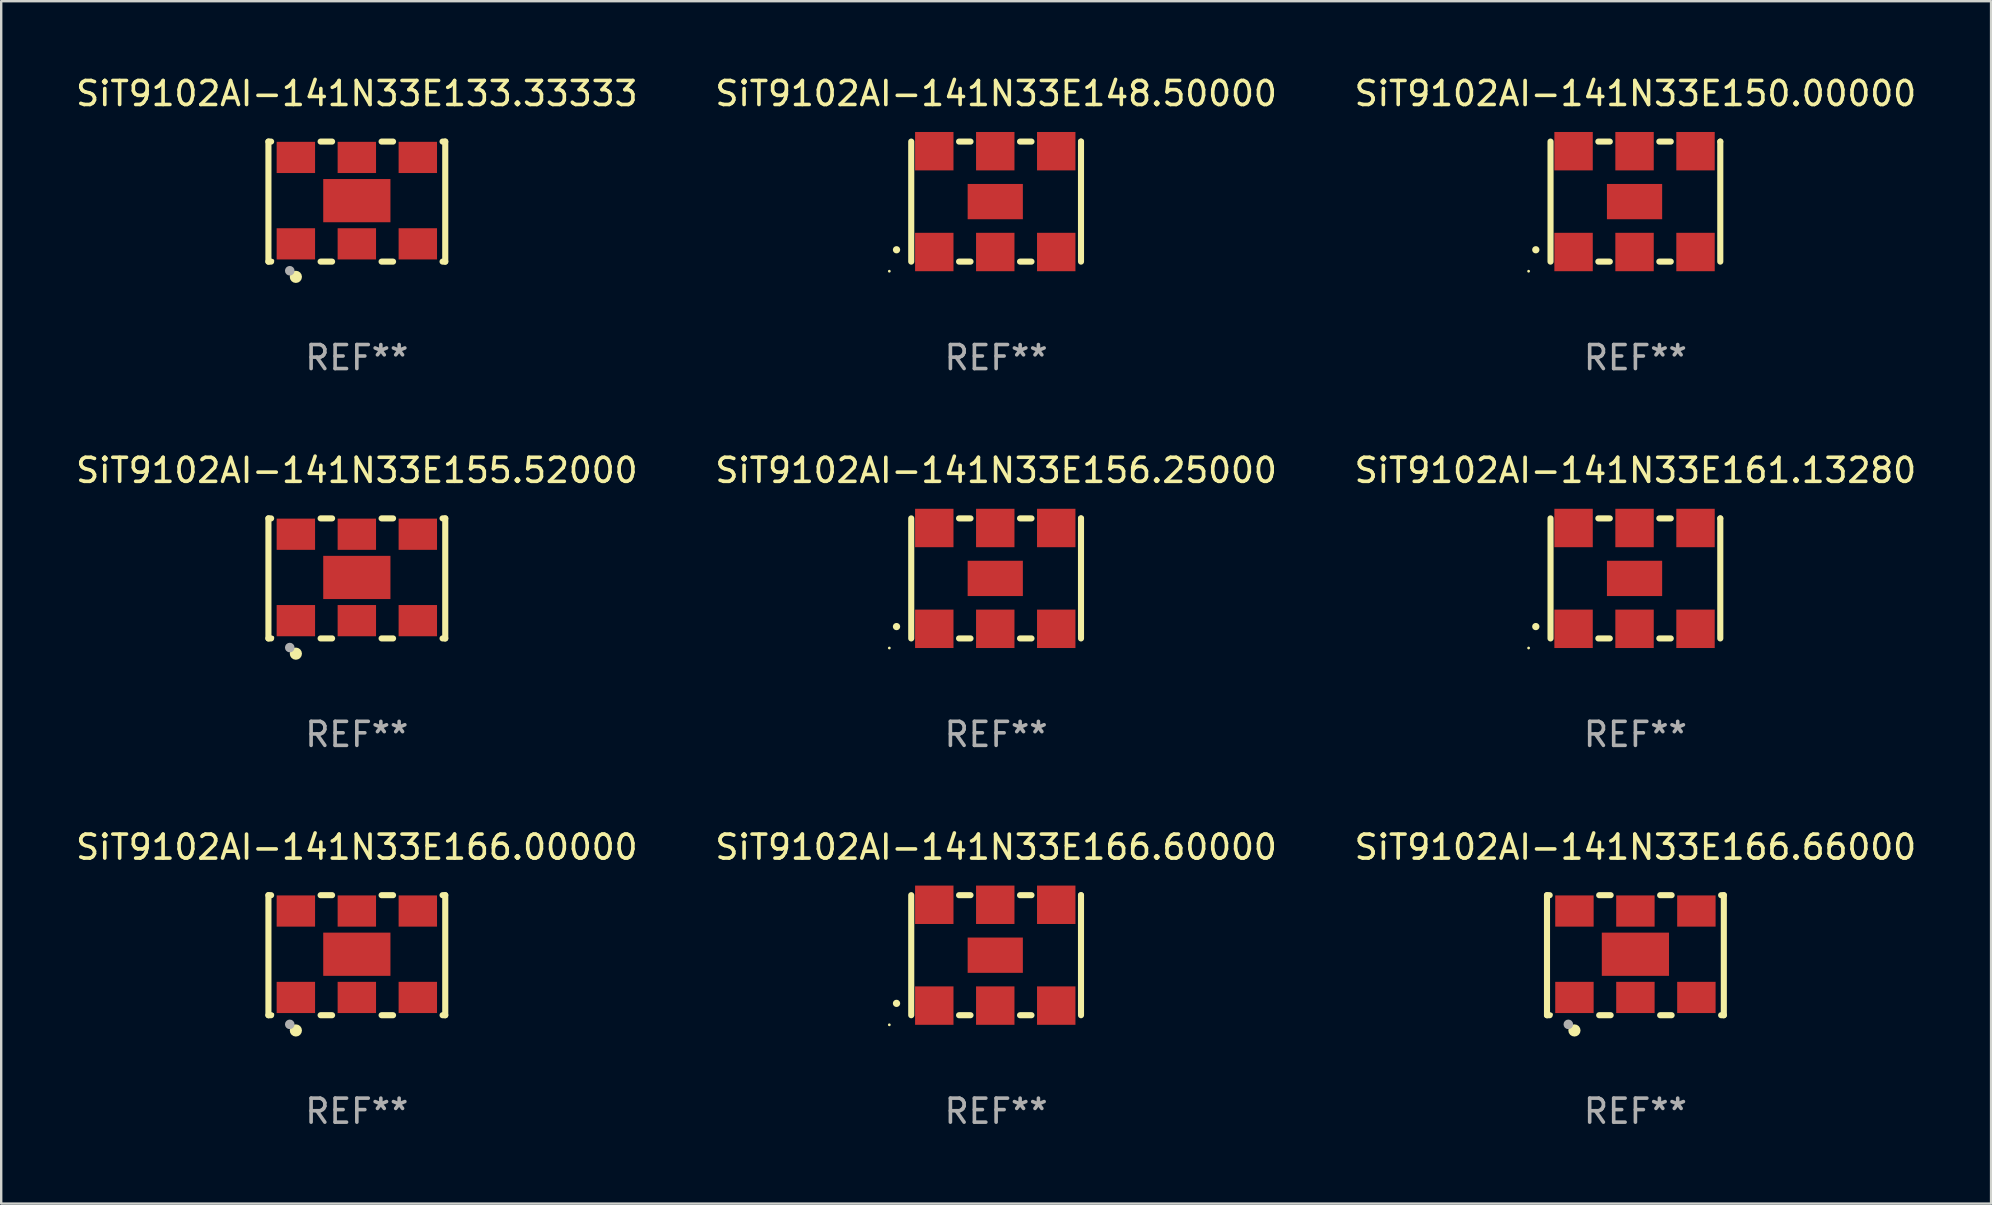
<source format=kicad_pcb>
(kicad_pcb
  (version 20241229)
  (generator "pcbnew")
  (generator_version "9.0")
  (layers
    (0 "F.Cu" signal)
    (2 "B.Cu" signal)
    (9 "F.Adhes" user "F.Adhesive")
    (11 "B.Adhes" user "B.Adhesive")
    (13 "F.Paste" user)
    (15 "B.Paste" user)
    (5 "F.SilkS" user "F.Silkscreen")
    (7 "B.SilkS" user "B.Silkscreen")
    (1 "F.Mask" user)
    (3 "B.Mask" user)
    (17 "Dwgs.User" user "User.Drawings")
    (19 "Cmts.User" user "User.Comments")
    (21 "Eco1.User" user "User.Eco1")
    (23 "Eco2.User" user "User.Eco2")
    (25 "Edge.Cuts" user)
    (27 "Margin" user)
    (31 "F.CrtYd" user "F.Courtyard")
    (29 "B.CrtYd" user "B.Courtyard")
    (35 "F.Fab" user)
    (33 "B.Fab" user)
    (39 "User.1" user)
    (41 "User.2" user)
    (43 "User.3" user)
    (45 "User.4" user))
  (footprint "SiT9102AI-141N33E155.52000"
    (layer "F.Cu")
    (at 11.815 21.045)
    (property "Reference" "SiT9102AI-141N33E155.52000" (at 0 -4.5 0) (layer "F.SilkS") (effects (font (size 1 1) (thickness 0.15))))
    (attr through_hole)
    (fp_line (start -3.683 -2.5) (end -3.571 -2.5) (stroke (width 0.254) (type solid)) (layer "F.SilkS"))
    (fp_line (start -3.683 2.5) (end -3.683 -2.5) (stroke (width 0.254) (type solid)) (layer "F.SilkS"))
    (fp_line (start -3.683 2.5) (end -3.571 2.5) (stroke (width 0.254) (type solid)) (layer "F.SilkS"))
    (fp_line (start -1.509 -2.5) (end -1.031 -2.5) (stroke (width 0.254) (type solid)) (layer "F.SilkS"))
    (fp_line (start -1.509 2.5) (end -1.031 2.5) (stroke (width 0.254) (type solid)) (layer "F.SilkS"))
    (fp_line (start 1.031 -2.5) (end 1.509 -2.5) (stroke (width 0.254) (type solid)) (layer "F.SilkS"))
    (fp_line (start 1.031 2.5) (end 1.509 2.5) (stroke (width 0.254) (type solid)) (layer "F.SilkS"))
    (fp_line (start 3.571 -2.5) (end 3.683 -2.5) (stroke (width 0.254) (type solid)) (layer "F.SilkS"))
    (fp_line (start 3.571 2.5) (end 3.683 2.5) (stroke (width 0.254) (type solid)) (layer "F.SilkS"))
    (fp_line (start 3.683 2.5) (end 3.683 -2.5) (stroke (width 0.254) (type solid)) (layer "F.SilkS"))
    (fp_circle (center -3.5 2.46) (end -3.47 2.46) (stroke (width 0.06) (type solid)) (fill no) (layer "F.SilkS"))
    (fp_circle (center -2.54 3.135) (end -2.413 3.135) (stroke (width 0.254) (type solid)) (fill no) (layer "F.SilkS"))
    (fp_circle (center -2.794 2.881) (end -2.694 2.881) (stroke (width 0.2) (type solid)) (fill no) (layer "F.Fab"))
    (fp_text user "REF**" (at 0 6.5 0) (layer "F.Fab") (effects (font (size 1 1) (thickness 0.15))))
    (pad "1" smd rect (at -2.54 1.76) (size 1.6 1.3) (layers "F.Cu" "F.Mask" "F.Paste"))
    (pad "2" smd rect (at 0 1.76) (size 1.6 1.3) (layers "F.Cu" "F.Mask" "F.Paste"))
    (pad "3" smd rect (at 2.54 1.76) (size 1.6 1.3) (layers "F.Cu" "F.Mask" "F.Paste"))
    (pad "4" smd rect (at 2.54 -1.84) (size 1.6 1.3) (layers "F.Cu" "F.Mask" "F.Paste"))
    (pad "5" smd rect (at 0 -1.84) (size 1.6 1.3) (layers "F.Cu" "F.Mask" "F.Paste"))
    (pad "6" smd rect (at -2.54 -1.84) (size 1.6 1.3) (layers "F.Cu" "F.Mask" "F.Paste"))
    (pad "7" smd rect (at 0 -0.04) (size 2.8 1.8) (layers "F.Cu" "F.Mask" "F.Paste")))
  (footprint "SiT9102AI-141N33E161.13280"
    (layer "F.Cu")
    (at 65.077 21.045)
    (property "Reference" "SiT9102AI-141N33E161.13280" (at 0 -4.5 0) (layer "F.SilkS") (effects (font (size 1 1) (thickness 0.15))))
    (attr through_hole)
    (fp_line (start -3.536 -2.5) (end -3.536 2.5) (stroke (width 0.254) (type solid)) (layer "F.SilkS"))
    (fp_line (start -1.544 2.5) (end -1.067 2.5) (stroke (width 0.254) (type solid)) (layer "F.SilkS"))
    (fp_line (start -1.067 -2.5) (end -1.544 -2.5) (stroke (width 0.254) (type solid)) (layer "F.SilkS"))
    (fp_line (start 0.996 2.5) (end 1.473 2.5) (stroke (width 0.254) (type solid)) (layer "F.SilkS"))
    (fp_line (start 1.473 -2.5) (end 0.996 -2.5) (stroke (width 0.254) (type solid)) (layer "F.SilkS"))
    (fp_line (start 3.536 -2.5) (end 3.536 -2.5) (stroke (width 0.254) (type solid)) (layer "F.SilkS"))
    (fp_line (start 3.536 2.5) (end 3.536 -2.5) (stroke (width 0.254) (type solid)) (layer "F.SilkS"))
    (fp_arc (start -4.150432 2.006604) (mid -4.149162 2.006599) (end -4.147892 2.006604) (stroke (width 0.3) (type solid)) (layer "F.SilkS"))
    (fp_circle (center -4.449 2.9) (end -4.419 2.9) (stroke (width 0.06) (type solid)) (fill no) (layer "F.SilkS"))
    (fp_text user "REF**" (at 0 6.5 0) (layer "F.Fab") (effects (font (size 1 1) (thickness 0.15))))
    (pad "1" smd rect (at -2.576 2.1) (size 1.6 1.6) (layers "F.Cu" "F.Mask" "F.Paste"))
    (pad "2" smd rect (at -0.036 2.1) (size 1.6 1.6) (layers "F.Cu" "F.Mask" "F.Paste"))
    (pad "3" smd rect (at 2.504 2.1) (size 1.6 1.6) (layers "F.Cu" "F.Mask" "F.Paste"))
    (pad "4" smd rect (at 2.504 -2.1) (size 1.6 1.6) (layers "F.Cu" "F.Mask" "F.Paste"))
    (pad "5" smd rect (at -0.036 -2.1) (size 1.6 1.6) (layers "F.Cu" "F.Mask" "F.Paste"))
    (pad "6" smd rect (at -2.576 -2.1) (size 1.6 1.6) (layers "F.Cu" "F.Mask" "F.Paste"))
    (pad "7" smd rect (at -0.036 0) (size 2.3 1.47) (layers "F.Cu" "F.Mask" "F.Paste")))
  (footprint "SiT9102AI-141N33E156.25000"
    (layer "F.Cu")
    (at 38.446 21.045)
    (property "Reference" "SiT9102AI-141N33E156.25000" (at 0 -4.5 0) (layer "F.SilkS") (effects (font (size 1 1) (thickness 0.15))))
    (attr through_hole)
    (fp_line (start -3.536 -2.5) (end -3.536 2.5) (stroke (width 0.254) (type solid)) (layer "F.SilkS"))
    (fp_line (start -1.544 2.5) (end -1.067 2.5) (stroke (width 0.254) (type solid)) (layer "F.SilkS"))
    (fp_line (start -1.067 -2.5) (end -1.544 -2.5) (stroke (width 0.254) (type solid)) (layer "F.SilkS"))
    (fp_line (start 0.996 2.5) (end 1.473 2.5) (stroke (width 0.254) (type solid)) (layer "F.SilkS"))
    (fp_line (start 1.473 -2.5) (end 0.996 -2.5) (stroke (width 0.254) (type solid)) (layer "F.SilkS"))
    (fp_line (start 3.536 -2.5) (end 3.536 -2.5) (stroke (width 0.254) (type solid)) (layer "F.SilkS"))
    (fp_line (start 3.536 2.5) (end 3.536 -2.5) (stroke (width 0.254) (type solid)) (layer "F.SilkS"))
    (fp_arc (start -4.150432 2.006604) (mid -4.149162 2.006599) (end -4.147892 2.006604) (stroke (width 0.3) (type solid)) (layer "F.SilkS"))
    (fp_circle (center -4.449 2.9) (end -4.419 2.9) (stroke (width 0.06) (type solid)) (fill no) (layer "F.SilkS"))
    (fp_text user "REF**" (at 0 6.5 0) (layer "F.Fab") (effects (font (size 1 1) (thickness 0.15))))
    (pad "1" smd rect (at -2.576 2.1) (size 1.6 1.6) (layers "F.Cu" "F.Mask" "F.Paste"))
    (pad "2" smd rect (at -0.036 2.1) (size 1.6 1.6) (layers "F.Cu" "F.Mask" "F.Paste"))
    (pad "3" smd rect (at 2.504 2.1) (size 1.6 1.6) (layers "F.Cu" "F.Mask" "F.Paste"))
    (pad "4" smd rect (at 2.504 -2.1) (size 1.6 1.6) (layers "F.Cu" "F.Mask" "F.Paste"))
    (pad "5" smd rect (at -0.036 -2.1) (size 1.6 1.6) (layers "F.Cu" "F.Mask" "F.Paste"))
    (pad "6" smd rect (at -2.576 -2.1) (size 1.6 1.6) (layers "F.Cu" "F.Mask" "F.Paste"))
    (pad "7" smd rect (at -0.036 0) (size 2.3 1.47) (layers "F.Cu" "F.Mask" "F.Paste")))
  (footprint "SiT9102AI-141N33E150.00000"
    (layer "F.Cu")
    (at 65.077 5.348)
    (property "Reference" "SiT9102AI-141N33E150.00000" (at 0 -4.5 0) (layer "F.SilkS") (effects (font (size 1 1) (thickness 0.15))))
    (attr through_hole)
    (fp_line (start -3.536 -2.5) (end -3.536 2.5) (stroke (width 0.254) (type solid)) (layer "F.SilkS"))
    (fp_line (start -1.544 2.5) (end -1.067 2.5) (stroke (width 0.254) (type solid)) (layer "F.SilkS"))
    (fp_line (start -1.067 -2.5) (end -1.544 -2.5) (stroke (width 0.254) (type solid)) (layer "F.SilkS"))
    (fp_line (start 0.996 2.5) (end 1.473 2.5) (stroke (width 0.254) (type solid)) (layer "F.SilkS"))
    (fp_line (start 1.473 -2.5) (end 0.996 -2.5) (stroke (width 0.254) (type solid)) (layer "F.SilkS"))
    (fp_line (start 3.536 -2.5) (end 3.536 -2.5) (stroke (width 0.254) (type solid)) (layer "F.SilkS"))
    (fp_line (start 3.536 2.5) (end 3.536 -2.5) (stroke (width 0.254) (type solid)) (layer "F.SilkS"))
    (fp_arc (start -4.150432 2.006604) (mid -4.149162 2.006599) (end -4.147892 2.006604) (stroke (width 0.3) (type solid)) (layer "F.SilkS"))
    (fp_circle (center -4.449 2.9) (end -4.419 2.9) (stroke (width 0.06) (type solid)) (fill no) (layer "F.SilkS"))
    (fp_text user "REF**" (at 0 6.5 0) (layer "F.Fab") (effects (font (size 1 1) (thickness 0.15))))
    (pad "1" smd rect (at -2.576 2.1) (size 1.6 1.6) (layers "F.Cu" "F.Mask" "F.Paste"))
    (pad "2" smd rect (at -0.036 2.1) (size 1.6 1.6) (layers "F.Cu" "F.Mask" "F.Paste"))
    (pad "3" smd rect (at 2.504 2.1) (size 1.6 1.6) (layers "F.Cu" "F.Mask" "F.Paste"))
    (pad "4" smd rect (at 2.504 -2.1) (size 1.6 1.6) (layers "F.Cu" "F.Mask" "F.Paste"))
    (pad "5" smd rect (at -0.036 -2.1) (size 1.6 1.6) (layers "F.Cu" "F.Mask" "F.Paste"))
    (pad "6" smd rect (at -2.576 -2.1) (size 1.6 1.6) (layers "F.Cu" "F.Mask" "F.Paste"))
    (pad "7" smd rect (at -0.036 0) (size 2.3 1.47) (layers "F.Cu" "F.Mask" "F.Paste")))
  (footprint "SiT9102AI-141N33E148.50000"
    (layer "F.Cu")
    (at 38.446 5.348)
    (property "Reference" "SiT9102AI-141N33E148.50000" (at 0 -4.5 0) (layer "F.SilkS") (effects (font (size 1 1) (thickness 0.15))))
    (attr through_hole)
    (fp_line (start -3.536 -2.5) (end -3.536 2.5) (stroke (width 0.254) (type solid)) (layer "F.SilkS"))
    (fp_line (start -1.544 2.5) (end -1.067 2.5) (stroke (width 0.254) (type solid)) (layer "F.SilkS"))
    (fp_line (start -1.067 -2.5) (end -1.544 -2.5) (stroke (width 0.254) (type solid)) (layer "F.SilkS"))
    (fp_line (start 0.996 2.5) (end 1.473 2.5) (stroke (width 0.254) (type solid)) (layer "F.SilkS"))
    (fp_line (start 1.473 -2.5) (end 0.996 -2.5) (stroke (width 0.254) (type solid)) (layer "F.SilkS"))
    (fp_line (start 3.536 -2.5) (end 3.536 -2.5) (stroke (width 0.254) (type solid)) (layer "F.SilkS"))
    (fp_line (start 3.536 2.5) (end 3.536 -2.5) (stroke (width 0.254) (type solid)) (layer "F.SilkS"))
    (fp_arc (start -4.150432 2.006604) (mid -4.149162 2.006599) (end -4.147892 2.006604) (stroke (width 0.3) (type solid)) (layer "F.SilkS"))
    (fp_circle (center -4.449 2.9) (end -4.419 2.9) (stroke (width 0.06) (type solid)) (fill no) (layer "F.SilkS"))
    (fp_text user "REF**" (at 0 6.5 0) (layer "F.Fab") (effects (font (size 1 1) (thickness 0.15))))
    (pad "1" smd rect (at -2.576 2.1) (size 1.6 1.6) (layers "F.Cu" "F.Mask" "F.Paste"))
    (pad "2" smd rect (at -0.036 2.1) (size 1.6 1.6) (layers "F.Cu" "F.Mask" "F.Paste"))
    (pad "3" smd rect (at 2.504 2.1) (size 1.6 1.6) (layers "F.Cu" "F.Mask" "F.Paste"))
    (pad "4" smd rect (at 2.504 -2.1) (size 1.6 1.6) (layers "F.Cu" "F.Mask" "F.Paste"))
    (pad "5" smd rect (at -0.036 -2.1) (size 1.6 1.6) (layers "F.Cu" "F.Mask" "F.Paste"))
    (pad "6" smd rect (at -2.576 -2.1) (size 1.6 1.6) (layers "F.Cu" "F.Mask" "F.Paste"))
    (pad "7" smd rect (at -0.036 0) (size 2.3 1.47) (layers "F.Cu" "F.Mask" "F.Paste")))
  (footprint "SiT9102AI-141N33E166.66000"
    (layer "F.Cu")
    (at 65.077 36.741)
    (property "Reference" "SiT9102AI-141N33E166.66000" (at 0 -4.5 0) (layer "F.SilkS") (effects (font (size 1 1) (thickness 0.15))))
    (attr through_hole)
    (fp_line (start -3.683 -2.5) (end -3.571 -2.5) (stroke (width 0.254) (type solid)) (layer "F.SilkS"))
    (fp_line (start -3.683 2.5) (end -3.683 -2.5) (stroke (width 0.254) (type solid)) (layer "F.SilkS"))
    (fp_line (start -3.683 2.5) (end -3.571 2.5) (stroke (width 0.254) (type solid)) (layer "F.SilkS"))
    (fp_line (start -1.509 -2.5) (end -1.031 -2.5) (stroke (width 0.254) (type solid)) (layer "F.SilkS"))
    (fp_line (start -1.509 2.5) (end -1.031 2.5) (stroke (width 0.254) (type solid)) (layer "F.SilkS"))
    (fp_line (start 1.031 -2.5) (end 1.509 -2.5) (stroke (width 0.254) (type solid)) (layer "F.SilkS"))
    (fp_line (start 1.031 2.5) (end 1.509 2.5) (stroke (width 0.254) (type solid)) (layer "F.SilkS"))
    (fp_line (start 3.571 -2.5) (end 3.683 -2.5) (stroke (width 0.254) (type solid)) (layer "F.SilkS"))
    (fp_line (start 3.571 2.5) (end 3.683 2.5) (stroke (width 0.254) (type solid)) (layer "F.SilkS"))
    (fp_line (start 3.683 2.5) (end 3.683 -2.5) (stroke (width 0.254) (type solid)) (layer "F.SilkS"))
    (fp_circle (center -3.5 2.46) (end -3.47 2.46) (stroke (width 0.06) (type solid)) (fill no) (layer "F.SilkS"))
    (fp_circle (center -2.54 3.135) (end -2.413 3.135) (stroke (width 0.254) (type solid)) (fill no) (layer "F.SilkS"))
    (fp_circle (center -2.794 2.881) (end -2.694 2.881) (stroke (width 0.2) (type solid)) (fill no) (layer "F.Fab"))
    (fp_text user "REF**" (at 0 6.5 0) (layer "F.Fab") (effects (font (size 1 1) (thickness 0.15))))
    (pad "1" smd rect (at -2.54 1.76) (size 1.6 1.3) (layers "F.Cu" "F.Mask" "F.Paste"))
    (pad "2" smd rect (at 0 1.76) (size 1.6 1.3) (layers "F.Cu" "F.Mask" "F.Paste"))
    (pad "3" smd rect (at 2.54 1.76) (size 1.6 1.3) (layers "F.Cu" "F.Mask" "F.Paste"))
    (pad "4" smd rect (at 2.54 -1.84) (size 1.6 1.3) (layers "F.Cu" "F.Mask" "F.Paste"))
    (pad "5" smd rect (at 0 -1.84) (size 1.6 1.3) (layers "F.Cu" "F.Mask" "F.Paste"))
    (pad "6" smd rect (at -2.54 -1.84) (size 1.6 1.3) (layers "F.Cu" "F.Mask" "F.Paste"))
    (pad "7" smd rect (at 0 -0.04) (size 2.8 1.8) (layers "F.Cu" "F.Mask" "F.Paste")))
  (footprint "SiT9102AI-141N33E133.33333"
    (layer "F.Cu")
    (at 11.815 5.348)
    (property "Reference" "SiT9102AI-141N33E133.33333" (at 0 -4.5 0) (layer "F.SilkS") (effects (font (size 1 1) (thickness 0.15))))
    (attr through_hole)
    (fp_line (start -3.683 -2.5) (end -3.571 -2.5) (stroke (width 0.254) (type solid)) (layer "F.SilkS"))
    (fp_line (start -3.683 2.5) (end -3.683 -2.5) (stroke (width 0.254) (type solid)) (layer "F.SilkS"))
    (fp_line (start -3.683 2.5) (end -3.571 2.5) (stroke (width 0.254) (type solid)) (layer "F.SilkS"))
    (fp_line (start -1.509 -2.5) (end -1.031 -2.5) (stroke (width 0.254) (type solid)) (layer "F.SilkS"))
    (fp_line (start -1.509 2.5) (end -1.031 2.5) (stroke (width 0.254) (type solid)) (layer "F.SilkS"))
    (fp_line (start 1.031 -2.5) (end 1.509 -2.5) (stroke (width 0.254) (type solid)) (layer "F.SilkS"))
    (fp_line (start 1.031 2.5) (end 1.509 2.5) (stroke (width 0.254) (type solid)) (layer "F.SilkS"))
    (fp_line (start 3.571 -2.5) (end 3.683 -2.5) (stroke (width 0.254) (type solid)) (layer "F.SilkS"))
    (fp_line (start 3.571 2.5) (end 3.683 2.5) (stroke (width 0.254) (type solid)) (layer "F.SilkS"))
    (fp_line (start 3.683 2.5) (end 3.683 -2.5) (stroke (width 0.254) (type solid)) (layer "F.SilkS"))
    (fp_circle (center -3.5 2.46) (end -3.47 2.46) (stroke (width 0.06) (type solid)) (fill no) (layer "F.SilkS"))
    (fp_circle (center -2.54 3.135) (end -2.413 3.135) (stroke (width 0.254) (type solid)) (fill no) (layer "F.SilkS"))
    (fp_circle (center -2.794 2.881) (end -2.694 2.881) (stroke (width 0.2) (type solid)) (fill no) (layer "F.Fab"))
    (fp_text user "REF**" (at 0 6.5 0) (layer "F.Fab") (effects (font (size 1 1) (thickness 0.15))))
    (pad "1" smd rect (at -2.54 1.76) (size 1.6 1.3) (layers "F.Cu" "F.Mask" "F.Paste"))
    (pad "2" smd rect (at 0 1.76) (size 1.6 1.3) (layers "F.Cu" "F.Mask" "F.Paste"))
    (pad "3" smd rect (at 2.54 1.76) (size 1.6 1.3) (layers "F.Cu" "F.Mask" "F.Paste"))
    (pad "4" smd rect (at 2.54 -1.84) (size 1.6 1.3) (layers "F.Cu" "F.Mask" "F.Paste"))
    (pad "5" smd rect (at 0 -1.84) (size 1.6 1.3) (layers "F.Cu" "F.Mask" "F.Paste"))
    (pad "6" smd rect (at -2.54 -1.84) (size 1.6 1.3) (layers "F.Cu" "F.Mask" "F.Paste"))
    (pad "7" smd rect (at 0 -0.04) (size 2.8 1.8) (layers "F.Cu" "F.Mask" "F.Paste")))
  (footprint "SiT9102AI-141N33E166.60000"
    (layer "F.Cu")
    (at 38.446 36.741)
    (property "Reference" "SiT9102AI-141N33E166.60000" (at 0 -4.5 0) (layer "F.SilkS") (effects (font (size 1 1) (thickness 0.15))))
    (attr through_hole)
    (fp_line (start -3.536 -2.5) (end -3.536 2.5) (stroke (width 0.254) (type solid)) (layer "F.SilkS"))
    (fp_line (start -1.544 2.5) (end -1.067 2.5) (stroke (width 0.254) (type solid)) (layer "F.SilkS"))
    (fp_line (start -1.067 -2.5) (end -1.544 -2.5) (stroke (width 0.254) (type solid)) (layer "F.SilkS"))
    (fp_line (start 0.996 2.5) (end 1.473 2.5) (stroke (width 0.254) (type solid)) (layer "F.SilkS"))
    (fp_line (start 1.473 -2.5) (end 0.996 -2.5) (stroke (width 0.254) (type solid)) (layer "F.SilkS"))
    (fp_line (start 3.536 -2.5) (end 3.536 -2.5) (stroke (width 0.254) (type solid)) (layer "F.SilkS"))
    (fp_line (start 3.536 2.5) (end 3.536 -2.5) (stroke (width 0.254) (type solid)) (layer "F.SilkS"))
    (fp_arc (start -4.150432 2.006604) (mid -4.149162 2.006599) (end -4.147892 2.006604) (stroke (width 0.3) (type solid)) (layer "F.SilkS"))
    (fp_circle (center -4.449 2.9) (end -4.419 2.9) (stroke (width 0.06) (type solid)) (fill no) (layer "F.SilkS"))
    (fp_text user "REF**" (at 0 6.5 0) (layer "F.Fab") (effects (font (size 1 1) (thickness 0.15))))
    (pad "1" smd rect (at -2.576 2.1) (size 1.6 1.6) (layers "F.Cu" "F.Mask" "F.Paste"))
    (pad "2" smd rect (at -0.036 2.1) (size 1.6 1.6) (layers "F.Cu" "F.Mask" "F.Paste"))
    (pad "3" smd rect (at 2.504 2.1) (size 1.6 1.6) (layers "F.Cu" "F.Mask" "F.Paste"))
    (pad "4" smd rect (at 2.504 -2.1) (size 1.6 1.6) (layers "F.Cu" "F.Mask" "F.Paste"))
    (pad "5" smd rect (at -0.036 -2.1) (size 1.6 1.6) (layers "F.Cu" "F.Mask" "F.Paste"))
    (pad "6" smd rect (at -2.576 -2.1) (size 1.6 1.6) (layers "F.Cu" "F.Mask" "F.Paste"))
    (pad "7" smd rect (at -0.036 0) (size 2.3 1.47) (layers "F.Cu" "F.Mask" "F.Paste")))
  (footprint "SiT9102AI-141N33E166.00000"
    (layer "F.Cu")
    (at 11.815 36.741)
    (property "Reference" "SiT9102AI-141N33E166.00000" (at 0 -4.5 0) (layer "F.SilkS") (effects (font (size 1 1) (thickness 0.15))))
    (attr through_hole)
    (fp_line (start -3.683 -2.5) (end -3.571 -2.5) (stroke (width 0.254) (type solid)) (layer "F.SilkS"))
    (fp_line (start -3.683 2.5) (end -3.683 -2.5) (stroke (width 0.254) (type solid)) (layer "F.SilkS"))
    (fp_line (start -3.683 2.5) (end -3.571 2.5) (stroke (width 0.254) (type solid)) (layer "F.SilkS"))
    (fp_line (start -1.509 -2.5) (end -1.031 -2.5) (stroke (width 0.254) (type solid)) (layer "F.SilkS"))
    (fp_line (start -1.509 2.5) (end -1.031 2.5) (stroke (width 0.254) (type solid)) (layer "F.SilkS"))
    (fp_line (start 1.031 -2.5) (end 1.509 -2.5) (stroke (width 0.254) (type solid)) (layer "F.SilkS"))
    (fp_line (start 1.031 2.5) (end 1.509 2.5) (stroke (width 0.254) (type solid)) (layer "F.SilkS"))
    (fp_line (start 3.571 -2.5) (end 3.683 -2.5) (stroke (width 0.254) (type solid)) (layer "F.SilkS"))
    (fp_line (start 3.571 2.5) (end 3.683 2.5) (stroke (width 0.254) (type solid)) (layer "F.SilkS"))
    (fp_line (start 3.683 2.5) (end 3.683 -2.5) (stroke (width 0.254) (type solid)) (layer "F.SilkS"))
    (fp_circle (center -3.5 2.46) (end -3.47 2.46) (stroke (width 0.06) (type solid)) (fill no) (layer "F.SilkS"))
    (fp_circle (center -2.54 3.135) (end -2.413 3.135) (stroke (width 0.254) (type solid)) (fill no) (layer "F.SilkS"))
    (fp_circle (center -2.794 2.881) (end -2.694 2.881) (stroke (width 0.2) (type solid)) (fill no) (layer "F.Fab"))
    (fp_text user "REF**" (at 0 6.5 0) (layer "F.Fab") (effects (font (size 1 1) (thickness 0.15))))
    (pad "1" smd rect (at -2.54 1.76) (size 1.6 1.3) (layers "F.Cu" "F.Mask" "F.Paste"))
    (pad "2" smd rect (at 0 1.76) (size 1.6 1.3) (layers "F.Cu" "F.Mask" "F.Paste"))
    (pad "3" smd rect (at 2.54 1.76) (size 1.6 1.3) (layers "F.Cu" "F.Mask" "F.Paste"))
    (pad "4" smd rect (at 2.54 -1.84) (size 1.6 1.3) (layers "F.Cu" "F.Mask" "F.Paste"))
    (pad "5" smd rect (at 0 -1.84) (size 1.6 1.3) (layers "F.Cu" "F.Mask" "F.Paste"))
    (pad "6" smd rect (at -2.54 -1.84) (size 1.6 1.3) (layers "F.Cu" "F.Mask" "F.Paste"))
    (pad "7" smd rect (at 0 -0.04) (size 2.8 1.8) (layers "F.Cu" "F.Mask" "F.Paste")))
  (gr_rect
    (start -3 -3)
    (end 79.893 47.09)
    (stroke (width 0.1) (type default))
    (fill no)
    (layer "Edge.Cuts")))
</source>
